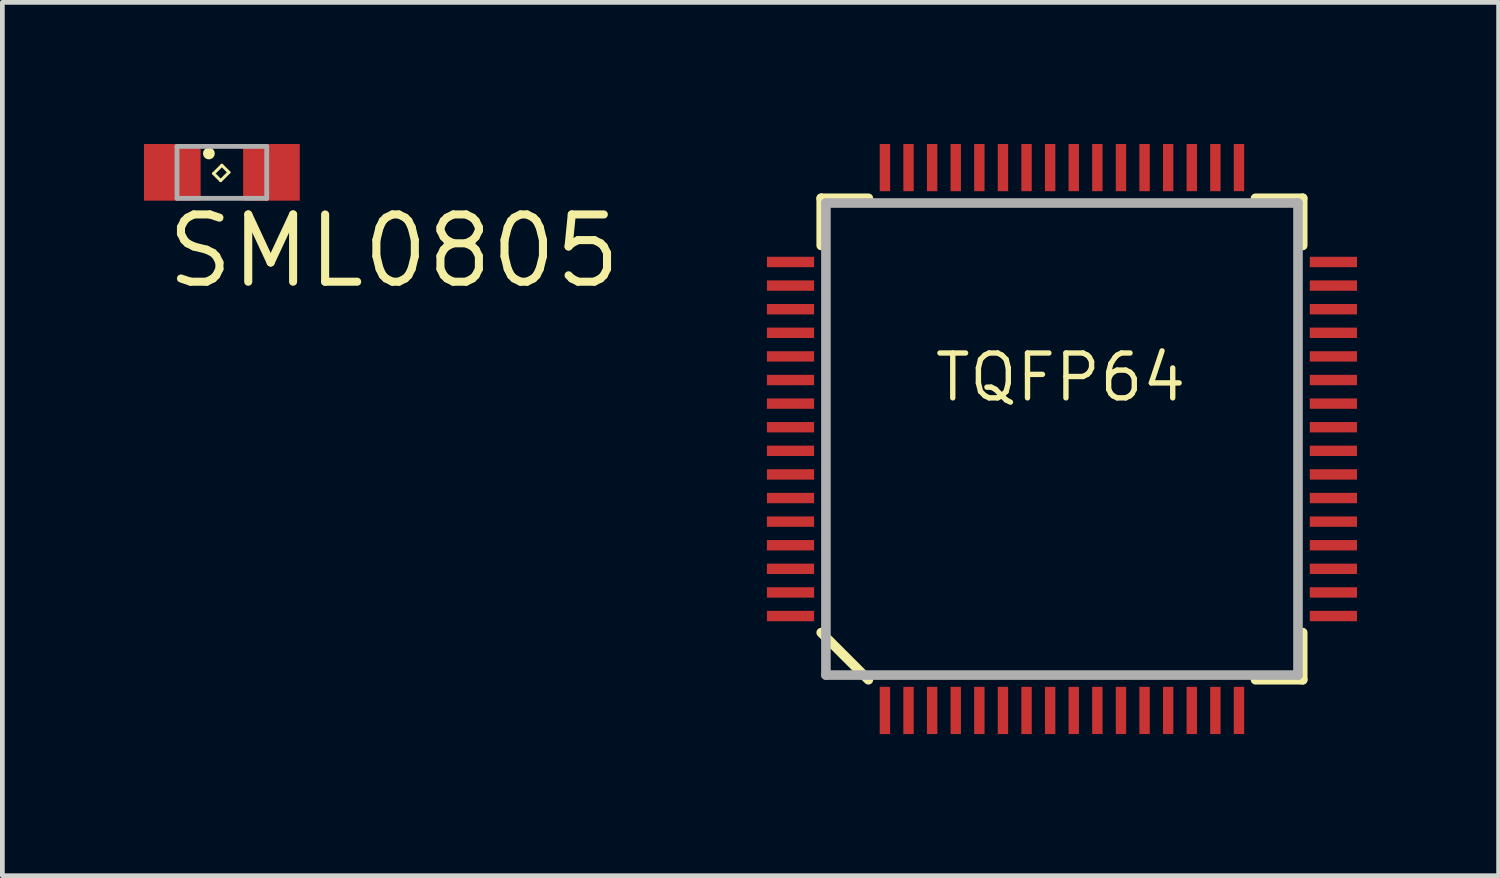
<source format=kicad_pcb>
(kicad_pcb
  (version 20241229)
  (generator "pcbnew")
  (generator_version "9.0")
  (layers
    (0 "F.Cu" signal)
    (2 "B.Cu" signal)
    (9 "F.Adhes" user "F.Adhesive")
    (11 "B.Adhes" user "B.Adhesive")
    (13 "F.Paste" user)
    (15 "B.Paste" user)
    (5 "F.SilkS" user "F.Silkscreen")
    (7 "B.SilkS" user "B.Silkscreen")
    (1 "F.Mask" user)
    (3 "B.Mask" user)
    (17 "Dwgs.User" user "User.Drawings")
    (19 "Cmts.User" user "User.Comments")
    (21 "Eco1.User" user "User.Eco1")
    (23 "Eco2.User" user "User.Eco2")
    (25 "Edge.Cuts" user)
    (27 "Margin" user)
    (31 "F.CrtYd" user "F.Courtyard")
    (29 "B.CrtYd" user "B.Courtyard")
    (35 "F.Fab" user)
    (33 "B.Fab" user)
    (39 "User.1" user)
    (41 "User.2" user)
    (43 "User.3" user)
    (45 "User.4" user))
  (footprint "TQFP64"
    (layer "F.Cu")
    (at 19.446 6.25)
    (property "Reference" "TQFP64" (at -2.75 -0.75 0) (layer "F.SilkS") (effects (font (size 0.95 0.95) (thickness 0.114)) (justify left bottom)))
    (attr through_hole)
    (fp_line (start -5.1 -5.1) (end -4.1 -5.1) (stroke (width 0.203) (type solid)) (layer "F.SilkS"))
    (fp_line (start -5.1 -4.1) (end -5.1 -5.1) (stroke (width 0.203) (type solid)) (layer "F.SilkS"))
    (fp_line (start -5.1 4.1) (end -4.1 5.1) (stroke (width 0.203) (type solid)) (layer "F.SilkS"))
    (fp_line (start 4.1 -5.1) (end 5.1 -5.1) (stroke (width 0.203) (type solid)) (layer "F.SilkS"))
    (fp_line (start 4.1 5.1) (end 5.1 5.1) (stroke (width 0.203) (type solid)) (layer "F.SilkS"))
    (fp_line (start 5.1 -5.1) (end 5.1 -4.1) (stroke (width 0.203) (type solid)) (layer "F.SilkS"))
    (fp_line (start 5.1 5.1) (end 5.1 4.1) (stroke (width 0.203) (type solid)) (layer "F.SilkS"))
    (fp_line (start -5 -5) (end 5 -5) (stroke (width 0.203) (type solid)) (layer "F.Fab"))
    (fp_line (start -5 5) (end -5 -5) (stroke (width 0.203) (type solid)) (layer "F.Fab"))
    (fp_line (start 5 -5) (end 5 5) (stroke (width 0.203) (type solid)) (layer "F.Fab"))
    (fp_line (start 5 5) (end -5 5) (stroke (width 0.203) (type solid)) (layer "F.Fab"))
    (pad "1" smd rect (at -3.75 5.75) (size 0.22 1) (layers "F.Cu" "F.Mask" "F.Paste"))
    (pad "2" smd rect (at -3.25 5.75) (size 0.22 1) (layers "F.Cu" "F.Mask" "F.Paste"))
    (pad "3" smd rect (at -2.75 5.75) (size 0.22 1) (layers "F.Cu" "F.Mask" "F.Paste"))
    (pad "4" smd rect (at -2.25 5.75) (size 0.22 1) (layers "F.Cu" "F.Mask" "F.Paste"))
    (pad "5" smd rect (at -1.75 5.75) (size 0.22 1) (layers "F.Cu" "F.Mask" "F.Paste"))
    (pad "6" smd rect (at -1.25 5.75) (size 0.22 1) (layers "F.Cu" "F.Mask" "F.Paste"))
    (pad "7" smd rect (at -0.75 5.75) (size 0.22 1) (layers "F.Cu" "F.Mask" "F.Paste"))
    (pad "8" smd rect (at -0.25 5.75) (size 0.22 1) (layers "F.Cu" "F.Mask" "F.Paste"))
    (pad "9" smd rect (at 0.25 5.75) (size 0.22 1) (layers "F.Cu" "F.Mask" "F.Paste"))
    (pad "10" smd rect (at 0.75 5.75) (size 0.22 1) (layers "F.Cu" "F.Mask" "F.Paste"))
    (pad "11" smd rect (at 1.25 5.75) (size 0.22 1) (layers "F.Cu" "F.Mask" "F.Paste"))
    (pad "12" smd rect (at 1.75 5.75) (size 0.22 1) (layers "F.Cu" "F.Mask" "F.Paste"))
    (pad "13" smd rect (at 2.25 5.75) (size 0.22 1) (layers "F.Cu" "F.Mask" "F.Paste"))
    (pad "14" smd rect (at 2.75 5.75) (size 0.22 1) (layers "F.Cu" "F.Mask" "F.Paste"))
    (pad "15" smd rect (at 3.25 5.75) (size 0.22 1) (layers "F.Cu" "F.Mask" "F.Paste"))
    (pad "16" smd rect (at 3.75 5.75) (size 0.22 1) (layers "F.Cu" "F.Mask" "F.Paste"))
    (pad "17" smd rect (at 5.75 3.75 90) (size 0.22 1) (layers "F.Cu" "F.Mask" "F.Paste"))
    (pad "18" smd rect (at 5.75 3.25 90) (size 0.22 1) (layers "F.Cu" "F.Mask" "F.Paste"))
    (pad "19" smd rect (at 5.75 2.75 90) (size 0.22 1) (layers "F.Cu" "F.Mask" "F.Paste"))
    (pad "20" smd rect (at 5.75 2.25 90) (size 0.22 1) (layers "F.Cu" "F.Mask" "F.Paste"))
    (pad "21" smd rect (at 5.75 1.75 90) (size 0.22 1) (layers "F.Cu" "F.Mask" "F.Paste"))
    (pad "22" smd rect (at 5.75 1.25 90) (size 0.22 1) (layers "F.Cu" "F.Mask" "F.Paste"))
    (pad "23" smd rect (at 5.75 0.75 90) (size 0.22 1) (layers "F.Cu" "F.Mask" "F.Paste"))
    (pad "24" smd rect (at 5.75 0.25 90) (size 0.22 1) (layers "F.Cu" "F.Mask" "F.Paste"))
    (pad "25" smd rect (at 5.75 -0.25 90) (size 0.22 1) (layers "F.Cu" "F.Mask" "F.Paste"))
    (pad "26" smd rect (at 5.75 -0.75 90) (size 0.22 1) (layers "F.Cu" "F.Mask" "F.Paste"))
    (pad "27" smd rect (at 5.75 -1.25 90) (size 0.22 1) (layers "F.Cu" "F.Mask" "F.Paste"))
    (pad "28" smd rect (at 5.75 -1.75 90) (size 0.22 1) (layers "F.Cu" "F.Mask" "F.Paste"))
    (pad "29" smd rect (at 5.75 -2.25 90) (size 0.22 1) (layers "F.Cu" "F.Mask" "F.Paste"))
    (pad "30" smd rect (at 5.75 -2.75 90) (size 0.22 1) (layers "F.Cu" "F.Mask" "F.Paste"))
    (pad "31" smd rect (at 5.75 -3.25 90) (size 0.22 1) (layers "F.Cu" "F.Mask" "F.Paste"))
    (pad "32" smd rect (at 5.75 -3.75 90) (size 0.22 1) (layers "F.Cu" "F.Mask" "F.Paste"))
    (pad "33" smd rect (at 3.75 -5.75 180) (size 0.22 1) (layers "F.Cu" "F.Mask" "F.Paste"))
    (pad "34" smd rect (at 3.25 -5.75 180) (size 0.22 1) (layers "F.Cu" "F.Mask" "F.Paste"))
    (pad "35" smd rect (at 2.75 -5.75 180) (size 0.22 1) (layers "F.Cu" "F.Mask" "F.Paste"))
    (pad "36" smd rect (at 2.25 -5.75 180) (size 0.22 1) (layers "F.Cu" "F.Mask" "F.Paste"))
    (pad "37" smd rect (at 1.75 -5.75 180) (size 0.22 1) (layers "F.Cu" "F.Mask" "F.Paste"))
    (pad "38" smd rect (at 1.25 -5.75 180) (size 0.22 1) (layers "F.Cu" "F.Mask" "F.Paste"))
    (pad "39" smd rect (at 0.75 -5.75 180) (size 0.22 1) (layers "F.Cu" "F.Mask" "F.Paste"))
    (pad "40" smd rect (at 0.25 -5.75 180) (size 0.22 1) (layers "F.Cu" "F.Mask" "F.Paste"))
    (pad "41" smd rect (at -0.25 -5.75 180) (size 0.22 1) (layers "F.Cu" "F.Mask" "F.Paste"))
    (pad "42" smd rect (at -0.75 -5.75 180) (size 0.22 1) (layers "F.Cu" "F.Mask" "F.Paste"))
    (pad "43" smd rect (at -1.25 -5.75 180) (size 0.22 1) (layers "F.Cu" "F.Mask" "F.Paste"))
    (pad "44" smd rect (at -1.75 -5.75 180) (size 0.22 1) (layers "F.Cu" "F.Mask" "F.Paste"))
    (pad "45" smd rect (at -2.25 -5.75 180) (size 0.22 1) (layers "F.Cu" "F.Mask" "F.Paste"))
    (pad "46" smd rect (at -2.75 -5.75 180) (size 0.22 1) (layers "F.Cu" "F.Mask" "F.Paste"))
    (pad "47" smd rect (at -3.25 -5.75 180) (size 0.22 1) (layers "F.Cu" "F.Mask" "F.Paste"))
    (pad "48" smd rect (at -3.75 -5.75 180) (size 0.22 1) (layers "F.Cu" "F.Mask" "F.Paste"))
    (pad "49" smd rect (at -5.75 -3.75 270) (size 0.22 1) (layers "F.Cu" "F.Mask" "F.Paste"))
    (pad "50" smd rect (at -5.75 -3.25 270) (size 0.22 1) (layers "F.Cu" "F.Mask" "F.Paste"))
    (pad "51" smd rect (at -5.75 -2.75 270) (size 0.22 1) (layers "F.Cu" "F.Mask" "F.Paste"))
    (pad "52" smd rect (at -5.75 -2.25 270) (size 0.22 1) (layers "F.Cu" "F.Mask" "F.Paste"))
    (pad "53" smd rect (at -5.75 -1.75 270) (size 0.22 1) (layers "F.Cu" "F.Mask" "F.Paste"))
    (pad "54" smd rect (at -5.75 -1.25 270) (size 0.22 1) (layers "F.Cu" "F.Mask" "F.Paste"))
    (pad "55" smd rect (at -5.75 -0.75 270) (size 0.22 1) (layers "F.Cu" "F.Mask" "F.Paste"))
    (pad "56" smd rect (at -5.75 -0.25 270) (size 0.22 1) (layers "F.Cu" "F.Mask" "F.Paste"))
    (pad "57" smd rect (at -5.75 0.25 270) (size 0.22 1) (layers "F.Cu" "F.Mask" "F.Paste"))
    (pad "58" smd rect (at -5.75 0.75 270) (size 0.22 1) (layers "F.Cu" "F.Mask" "F.Paste"))
    (pad "59" smd rect (at -5.75 1.25 270) (size 0.22 1) (layers "F.Cu" "F.Mask" "F.Paste"))
    (pad "60" smd rect (at -5.75 1.75 270) (size 0.22 1) (layers "F.Cu" "F.Mask" "F.Paste"))
    (pad "61" smd rect (at -5.75 2.25 270) (size 0.22 1) (layers "F.Cu" "F.Mask" "F.Paste"))
    (pad "62" smd rect (at -5.75 2.75 270) (size 0.22 1) (layers "F.Cu" "F.Mask" "F.Paste"))
    (pad "63" smd rect (at -5.75 3.25 270) (size 0.22 1) (layers "F.Cu" "F.Mask" "F.Paste"))
    (pad "64" smd rect (at -5.75 3.75 270) (size 0.22 1) (layers "F.Cu" "F.Mask" "F.Paste")))
  (footprint "SML0805"
    (layer "F.Cu")
    (at 1.65 0.601)
    (property "Reference" "SML0805" (at -1.25 2.5 180) (layer "F.SilkS") (effects (font (size 1.425 1.425) (thickness 0.171)) (justify left bottom)))
    (attr through_hole)
    (fp_line (start -0.175 0.025) (end 0 -0.15) (stroke (width 0.063) (type solid)) (layer "F.SilkS"))
    (fp_line (start -0.025 0.175) (end -0.175 0.025) (stroke (width 0.063) (type solid)) (layer "F.SilkS"))
    (fp_line (start 0 -0.15) (end 0.15 0) (stroke (width 0.063) (type solid)) (layer "F.SilkS"))
    (fp_line (start 0.15 0) (end -0.025 0.175) (stroke (width 0.063) (type solid)) (layer "F.SilkS"))
    (fp_circle (center -0.275 -0.4) (end -0.212 -0.4) (stroke (width 0.125) (type solid)) (fill no) (layer "F.SilkS"))
    (fp_line (start -0.95 -0.55) (end -0.95 0.55) (stroke (width 0.102) (type solid)) (layer "F.Fab"))
    (fp_line (start -0.95 0.55) (end 0.95 0.55) (stroke (width 0.102) (type solid)) (layer "F.Fab"))
    (fp_line (start 0.95 -0.55) (end -0.95 -0.55) (stroke (width 0.102) (type solid)) (layer "F.Fab"))
    (fp_line (start 0.95 0.55) (end 0.95 -0.55) (stroke (width 0.102) (type solid)) (layer "F.Fab"))
    (pad "A" smd rect (at 1.05 0) (size 1.2 1.2) (layers "F.Cu" "F.Mask" "F.Paste"))
    (pad "C" smd rect (at -1.05 0) (size 1.2 1.2) (layers "F.Cu" "F.Mask" "F.Paste")))
  (gr_rect
    (start -3 -3)
    (end 28.696 15.5)
    (stroke (width 0.1) (type default))
    (fill no)
    (layer "Edge.Cuts")))
</source>
